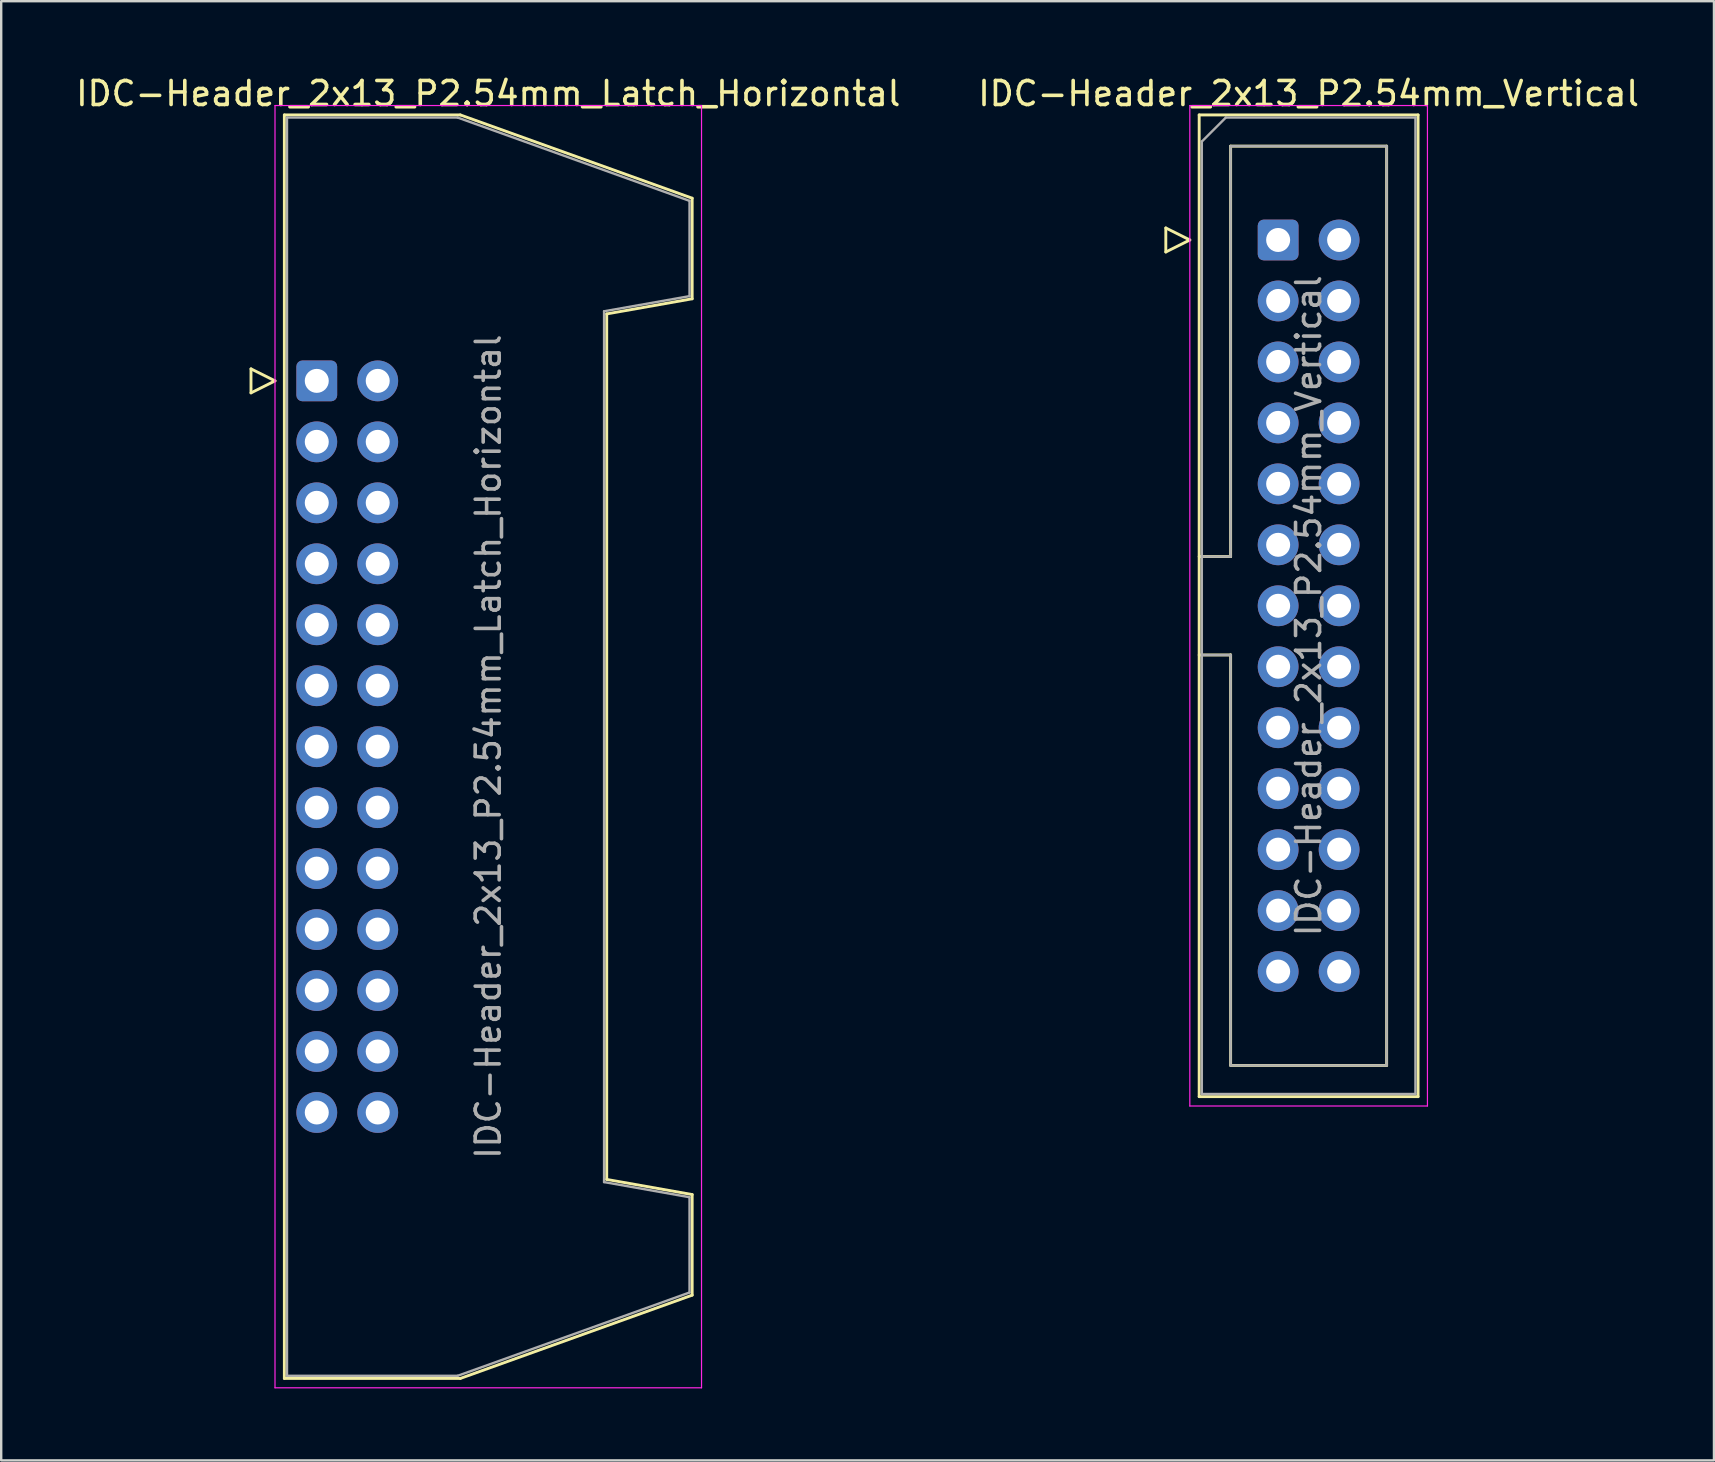
<source format=kicad_pcb>
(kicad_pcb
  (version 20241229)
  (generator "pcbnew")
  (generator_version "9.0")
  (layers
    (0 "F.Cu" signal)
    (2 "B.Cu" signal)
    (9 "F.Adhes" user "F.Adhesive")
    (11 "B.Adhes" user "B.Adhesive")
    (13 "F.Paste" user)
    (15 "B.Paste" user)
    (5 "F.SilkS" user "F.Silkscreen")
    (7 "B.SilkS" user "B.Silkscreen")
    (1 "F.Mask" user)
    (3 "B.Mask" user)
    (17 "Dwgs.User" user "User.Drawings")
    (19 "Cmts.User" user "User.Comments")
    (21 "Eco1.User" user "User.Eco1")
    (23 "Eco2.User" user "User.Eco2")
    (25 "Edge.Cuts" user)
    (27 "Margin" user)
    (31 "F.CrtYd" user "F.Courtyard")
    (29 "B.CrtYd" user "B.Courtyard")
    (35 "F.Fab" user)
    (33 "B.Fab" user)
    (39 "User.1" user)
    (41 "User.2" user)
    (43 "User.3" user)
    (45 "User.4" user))
  (footprint "IDC-Header_2x13_P2.54mm_Latch_Horizontal"
    (layer "F.Cu")
    (at 10.147 12.818)
    (property "Reference" "IDC-Header_2x13_P2.54mm_Latch_Horizontal" (at 7.145 -11.97 0) (layer "F.SilkS") (effects (font (size 1 1) (thickness 0.15))))
    (attr through_hole)
    (fp_line (start -2.74 -0.5) (end -2.74 0.5) (stroke (width 0.12) (type solid)) (layer "F.SilkS"))
    (fp_line (start -2.74 0.5) (end -1.74 0) (stroke (width 0.12) (type solid)) (layer "F.SilkS"))
    (fp_line (start -1.74 0) (end -2.74 -0.5) (stroke (width 0.12) (type solid)) (layer "F.SilkS"))
    (fp_line (start -1.35 -11.08) (end 5.98 -11.08) (stroke (width 0.12) (type solid)) (layer "F.SilkS"))
    (fp_line (start -1.35 41.56) (end -1.35 -11.08) (stroke (width 0.12) (type solid)) (layer "F.SilkS"))
    (fp_line (start 5.98 -11.08) (end 15.64 -7.61) (stroke (width 0.12) (type solid)) (layer "F.SilkS"))
    (fp_line (start 5.98 41.56) (end -1.35 41.56) (stroke (width 0.12) (type solid)) (layer "F.SilkS"))
    (fp_line (start 12.08 -2.79) (end 12.08 33.27) (stroke (width 0.12) (type solid)) (layer "F.SilkS"))
    (fp_line (start 12.08 33.27) (end 15.64 33.9) (stroke (width 0.12) (type solid)) (layer "F.SilkS"))
    (fp_line (start 15.64 -7.61) (end 15.64 -3.42) (stroke (width 0.12) (type solid)) (layer "F.SilkS"))
    (fp_line (start 15.64 -3.42) (end 12.08 -2.79) (stroke (width 0.12) (type solid)) (layer "F.SilkS"))
    (fp_line (start 15.64 33.9) (end 15.64 38.09) (stroke (width 0.12) (type solid)) (layer "F.SilkS"))
    (fp_line (start 15.64 38.09) (end 5.98 41.56) (stroke (width 0.12) (type solid)) (layer "F.SilkS"))
    (fp_line (start -1.74 -11.47) (end -1.74 41.95) (stroke (width 0.05) (type solid)) (layer "F.CrtYd"))
    (fp_line (start -1.74 41.95) (end 16.03 41.95) (stroke (width 0.05) (type solid)) (layer "F.CrtYd"))
    (fp_line (start 16.03 -11.47) (end -1.74 -11.47) (stroke (width 0.05) (type solid)) (layer "F.CrtYd"))
    (fp_line (start 16.03 41.95) (end 16.03 -11.47) (stroke (width 0.05) (type solid)) (layer "F.CrtYd"))
    (fp_line (start -1.24 -10.97) (end 5.87 -10.97) (stroke (width 0.1) (type solid)) (layer "F.Fab"))
    (fp_line (start -1.24 41.45) (end -1.24 -10.97) (stroke (width 0.1) (type solid)) (layer "F.Fab"))
    (fp_line (start 5.87 -10.97) (end 15.53 -7.5) (stroke (width 0.1) (type solid)) (layer "F.Fab"))
    (fp_line (start 5.87 41.45) (end -1.24 41.45) (stroke (width 0.1) (type solid)) (layer "F.Fab"))
    (fp_line (start 11.97 -2.9) (end 11.97 33.38) (stroke (width 0.1) (type solid)) (layer "F.Fab"))
    (fp_line (start 11.97 33.38) (end 15.53 34.01) (stroke (width 0.1) (type solid)) (layer "F.Fab"))
    (fp_line (start 15.53 -7.5) (end 15.53 -3.53) (stroke (width 0.1) (type solid)) (layer "F.Fab"))
    (fp_line (start 15.53 -3.53) (end 11.97 -2.9) (stroke (width 0.1) (type solid)) (layer "F.Fab"))
    (fp_line (start 15.53 34.01) (end 15.53 37.98) (stroke (width 0.1) (type solid)) (layer "F.Fab"))
    (fp_line (start 15.53 37.98) (end 5.87 41.45) (stroke (width 0.1) (type solid)) (layer "F.Fab"))
    (fp_text user "${REFERENCE}" (at 7.145 15.24 90) (layer "F.Fab") (effects (font (size 1 1) (thickness 0.15))))
    (pad "1" thru_hole roundrect (at 0 0) (size 1.7 1.7) (drill 1) (layers "*.Cu" "*.Mask") (roundrect_rratio 0.147))
    (pad "2" thru_hole circle (at 2.54 0) (size 1.7 1.7) (drill 1) (layers "*.Cu" "*.Mask"))
    (pad "3" thru_hole circle (at 0 2.54) (size 1.7 1.7) (drill 1) (layers "*.Cu" "*.Mask"))
    (pad "4" thru_hole circle (at 2.54 2.54) (size 1.7 1.7) (drill 1) (layers "*.Cu" "*.Mask"))
    (pad "5" thru_hole circle (at 0 5.08) (size 1.7 1.7) (drill 1) (layers "*.Cu" "*.Mask"))
    (pad "6" thru_hole circle (at 2.54 5.08) (size 1.7 1.7) (drill 1) (layers "*.Cu" "*.Mask"))
    (pad "7" thru_hole circle (at 0 7.62) (size 1.7 1.7) (drill 1) (layers "*.Cu" "*.Mask"))
    (pad "8" thru_hole circle (at 2.54 7.62) (size 1.7 1.7) (drill 1) (layers "*.Cu" "*.Mask"))
    (pad "9" thru_hole circle (at 0 10.16) (size 1.7 1.7) (drill 1) (layers "*.Cu" "*.Mask"))
    (pad "10" thru_hole circle (at 2.54 10.16) (size 1.7 1.7) (drill 1) (layers "*.Cu" "*.Mask"))
    (pad "11" thru_hole circle (at 0 12.7) (size 1.7 1.7) (drill 1) (layers "*.Cu" "*.Mask"))
    (pad "12" thru_hole circle (at 2.54 12.7) (size 1.7 1.7) (drill 1) (layers "*.Cu" "*.Mask"))
    (pad "13" thru_hole circle (at 0 15.24) (size 1.7 1.7) (drill 1) (layers "*.Cu" "*.Mask"))
    (pad "14" thru_hole circle (at 2.54 15.24) (size 1.7 1.7) (drill 1) (layers "*.Cu" "*.Mask"))
    (pad "15" thru_hole circle (at 0 17.78) (size 1.7 1.7) (drill 1) (layers "*.Cu" "*.Mask"))
    (pad "16" thru_hole circle (at 2.54 17.78) (size 1.7 1.7) (drill 1) (layers "*.Cu" "*.Mask"))
    (pad "17" thru_hole circle (at 0 20.32) (size 1.7 1.7) (drill 1) (layers "*.Cu" "*.Mask"))
    (pad "18" thru_hole circle (at 2.54 20.32) (size 1.7 1.7) (drill 1) (layers "*.Cu" "*.Mask"))
    (pad "19" thru_hole circle (at 0 22.86) (size 1.7 1.7) (drill 1) (layers "*.Cu" "*.Mask"))
    (pad "20" thru_hole circle (at 2.54 22.86) (size 1.7 1.7) (drill 1) (layers "*.Cu" "*.Mask"))
    (pad "21" thru_hole circle (at 0 25.4) (size 1.7 1.7) (drill 1) (layers "*.Cu" "*.Mask"))
    (pad "22" thru_hole circle (at 2.54 25.4) (size 1.7 1.7) (drill 1) (layers "*.Cu" "*.Mask"))
    (pad "23" thru_hole circle (at 0 27.94) (size 1.7 1.7) (drill 1) (layers "*.Cu" "*.Mask"))
    (pad "24" thru_hole circle (at 2.54 27.94) (size 1.7 1.7) (drill 1) (layers "*.Cu" "*.Mask"))
    (pad "25" thru_hole circle (at 0 30.48) (size 1.7 1.7) (drill 1) (layers "*.Cu" "*.Mask"))
    (pad "26" thru_hole circle (at 2.54 30.48) (size 1.7 1.7) (drill 1) (layers "*.Cu" "*.Mask")))
  (footprint "IDC-Header_2x13_P2.54mm_Vertical"
    (layer "F.Cu")
    (at 50.2 6.948)
    (property "Reference" "IDC-Header_2x13_P2.54mm_Vertical" (at 1.27 -6.1 0) (layer "F.SilkS") (effects (font (size 1 1) (thickness 0.15))))
    (attr through_hole)
    (fp_line (start -4.68 -0.5) (end -4.68 0.5) (stroke (width 0.12) (type solid)) (layer "F.SilkS"))
    (fp_line (start -4.68 0.5) (end -3.68 0) (stroke (width 0.12) (type solid)) (layer "F.SilkS"))
    (fp_line (start -3.68 0) (end -4.68 -0.5) (stroke (width 0.12) (type solid)) (layer "F.SilkS"))
    (fp_line (start -3.29 -5.21) (end 5.83 -5.21) (stroke (width 0.12) (type solid)) (layer "F.SilkS"))
    (fp_line (start -3.29 13.19) (end -1.98 13.19) (stroke (width 0.12) (type solid)) (layer "F.SilkS"))
    (fp_line (start -3.29 35.69) (end -3.29 -5.21) (stroke (width 0.12) (type solid)) (layer "F.SilkS"))
    (fp_line (start -1.98 -3.91) (end 4.52 -3.91) (stroke (width 0.12) (type solid)) (layer "F.SilkS"))
    (fp_line (start -1.98 13.19) (end -1.98 -3.91) (stroke (width 0.12) (type solid)) (layer "F.SilkS"))
    (fp_line (start -1.98 17.29) (end -3.29 17.29) (stroke (width 0.12) (type solid)) (layer "F.SilkS"))
    (fp_line (start -1.98 17.29) (end -1.98 17.29) (stroke (width 0.12) (type solid)) (layer "F.SilkS"))
    (fp_line (start -1.98 34.39) (end -1.98 17.29) (stroke (width 0.12) (type solid)) (layer "F.SilkS"))
    (fp_line (start 4.52 -3.91) (end 4.52 34.39) (stroke (width 0.12) (type solid)) (layer "F.SilkS"))
    (fp_line (start 4.52 34.39) (end -1.98 34.39) (stroke (width 0.12) (type solid)) (layer "F.SilkS"))
    (fp_line (start 5.83 -5.21) (end 5.83 35.69) (stroke (width 0.12) (type solid)) (layer "F.SilkS"))
    (fp_line (start 5.83 35.69) (end -3.29 35.69) (stroke (width 0.12) (type solid)) (layer "F.SilkS"))
    (fp_line (start -3.68 -5.6) (end -3.68 36.08) (stroke (width 0.05) (type solid)) (layer "F.CrtYd"))
    (fp_line (start -3.68 36.08) (end 6.22 36.08) (stroke (width 0.05) (type solid)) (layer "F.CrtYd"))
    (fp_line (start 6.22 -5.6) (end -3.68 -5.6) (stroke (width 0.05) (type solid)) (layer "F.CrtYd"))
    (fp_line (start 6.22 36.08) (end 6.22 -5.6) (stroke (width 0.05) (type solid)) (layer "F.CrtYd"))
    (fp_line (start -3.18 -4.1) (end -2.18 -5.1) (stroke (width 0.1) (type solid)) (layer "F.Fab"))
    (fp_line (start -3.18 13.19) (end -1.98 13.19) (stroke (width 0.1) (type solid)) (layer "F.Fab"))
    (fp_line (start -3.18 35.58) (end -3.18 -4.1) (stroke (width 0.1) (type solid)) (layer "F.Fab"))
    (fp_line (start -2.18 -5.1) (end 5.72 -5.1) (stroke (width 0.1) (type solid)) (layer "F.Fab"))
    (fp_line (start -1.98 -3.91) (end 4.52 -3.91) (stroke (width 0.1) (type solid)) (layer "F.Fab"))
    (fp_line (start -1.98 13.19) (end -1.98 -3.91) (stroke (width 0.1) (type solid)) (layer "F.Fab"))
    (fp_line (start -1.98 17.29) (end -3.18 17.29) (stroke (width 0.1) (type solid)) (layer "F.Fab"))
    (fp_line (start -1.98 17.29) (end -1.98 17.29) (stroke (width 0.1) (type solid)) (layer "F.Fab"))
    (fp_line (start -1.98 34.39) (end -1.98 17.29) (stroke (width 0.1) (type solid)) (layer "F.Fab"))
    (fp_line (start 4.52 -3.91) (end 4.52 34.39) (stroke (width 0.1) (type solid)) (layer "F.Fab"))
    (fp_line (start 4.52 34.39) (end -1.98 34.39) (stroke (width 0.1) (type solid)) (layer "F.Fab"))
    (fp_line (start 5.72 -5.1) (end 5.72 35.58) (stroke (width 0.1) (type solid)) (layer "F.Fab"))
    (fp_line (start 5.72 35.58) (end -3.18 35.58) (stroke (width 0.1) (type solid)) (layer "F.Fab"))
    (fp_text user "${REFERENCE}" (at 1.27 15.24 90) (layer "F.Fab") (effects (font (size 1 1) (thickness 0.15))))
    (pad "1" thru_hole roundrect (at 0 0) (size 1.7 1.7) (drill 1) (layers "*.Cu" "*.Mask") (roundrect_rratio 0.147))
    (pad "2" thru_hole circle (at 2.54 0) (size 1.7 1.7) (drill 1) (layers "*.Cu" "*.Mask"))
    (pad "3" thru_hole circle (at 0 2.54) (size 1.7 1.7) (drill 1) (layers "*.Cu" "*.Mask"))
    (pad "4" thru_hole circle (at 2.54 2.54) (size 1.7 1.7) (drill 1) (layers "*.Cu" "*.Mask"))
    (pad "5" thru_hole circle (at 0 5.08) (size 1.7 1.7) (drill 1) (layers "*.Cu" "*.Mask"))
    (pad "6" thru_hole circle (at 2.54 5.08) (size 1.7 1.7) (drill 1) (layers "*.Cu" "*.Mask"))
    (pad "7" thru_hole circle (at 0 7.62) (size 1.7 1.7) (drill 1) (layers "*.Cu" "*.Mask"))
    (pad "8" thru_hole circle (at 2.54 7.62) (size 1.7 1.7) (drill 1) (layers "*.Cu" "*.Mask"))
    (pad "9" thru_hole circle (at 0 10.16) (size 1.7 1.7) (drill 1) (layers "*.Cu" "*.Mask"))
    (pad "10" thru_hole circle (at 2.54 10.16) (size 1.7 1.7) (drill 1) (layers "*.Cu" "*.Mask"))
    (pad "11" thru_hole circle (at 0 12.7) (size 1.7 1.7) (drill 1) (layers "*.Cu" "*.Mask"))
    (pad "12" thru_hole circle (at 2.54 12.7) (size 1.7 1.7) (drill 1) (layers "*.Cu" "*.Mask"))
    (pad "13" thru_hole circle (at 0 15.24) (size 1.7 1.7) (drill 1) (layers "*.Cu" "*.Mask"))
    (pad "14" thru_hole circle (at 2.54 15.24) (size 1.7 1.7) (drill 1) (layers "*.Cu" "*.Mask"))
    (pad "15" thru_hole circle (at 0 17.78) (size 1.7 1.7) (drill 1) (layers "*.Cu" "*.Mask"))
    (pad "16" thru_hole circle (at 2.54 17.78) (size 1.7 1.7) (drill 1) (layers "*.Cu" "*.Mask"))
    (pad "17" thru_hole circle (at 0 20.32) (size 1.7 1.7) (drill 1) (layers "*.Cu" "*.Mask"))
    (pad "18" thru_hole circle (at 2.54 20.32) (size 1.7 1.7) (drill 1) (layers "*.Cu" "*.Mask"))
    (pad "19" thru_hole circle (at 0 22.86) (size 1.7 1.7) (drill 1) (layers "*.Cu" "*.Mask"))
    (pad "20" thru_hole circle (at 2.54 22.86) (size 1.7 1.7) (drill 1) (layers "*.Cu" "*.Mask"))
    (pad "21" thru_hole circle (at 0 25.4) (size 1.7 1.7) (drill 1) (layers "*.Cu" "*.Mask"))
    (pad "22" thru_hole circle (at 2.54 25.4) (size 1.7 1.7) (drill 1) (layers "*.Cu" "*.Mask"))
    (pad "23" thru_hole circle (at 0 27.94) (size 1.7 1.7) (drill 1) (layers "*.Cu" "*.Mask"))
    (pad "24" thru_hole circle (at 2.54 27.94) (size 1.7 1.7) (drill 1) (layers "*.Cu" "*.Mask"))
    (pad "25" thru_hole circle (at 0 30.48) (size 1.7 1.7) (drill 1) (layers "*.Cu" "*.Mask"))
    (pad "26" thru_hole circle (at 2.54 30.48) (size 1.7 1.7) (drill 1) (layers "*.Cu" "*.Mask")))
  (gr_rect
    (start -3 -3)
    (end 68.357 57.793)
    (stroke (width 0.1) (type default))
    (fill no)
    (layer "Edge.Cuts")))
</source>
